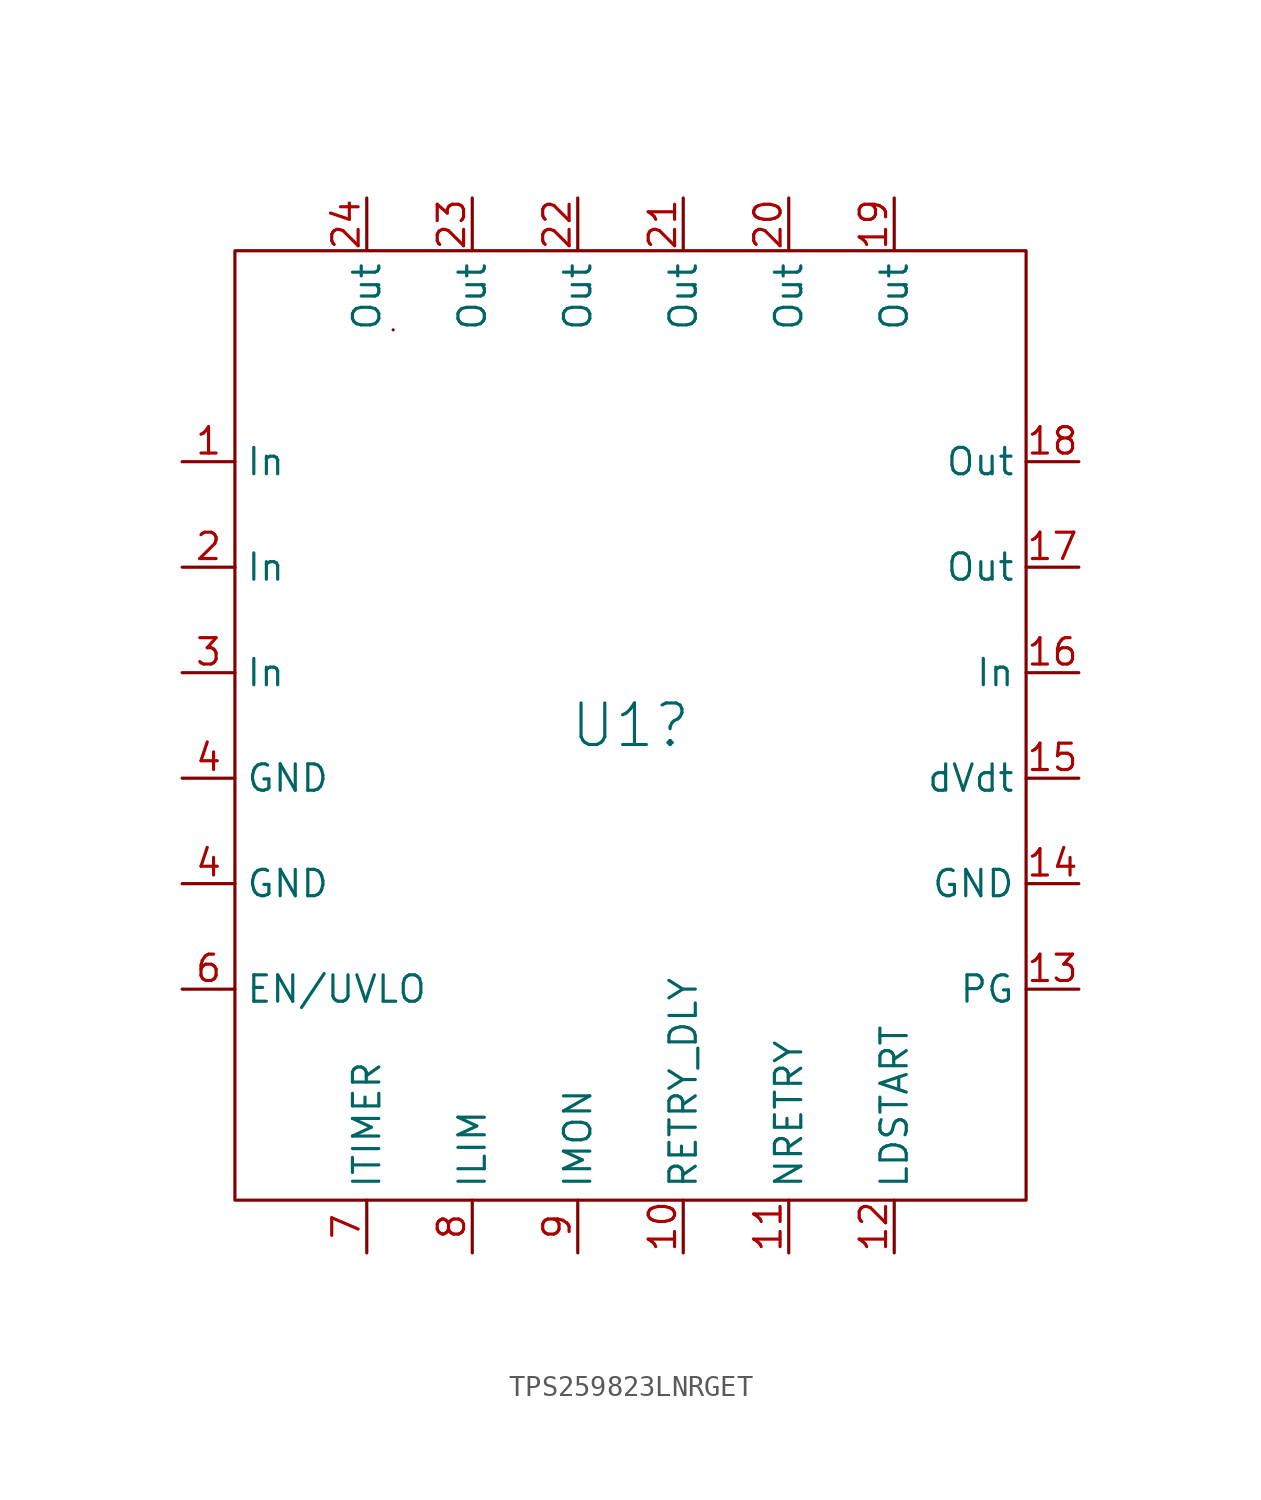
<source format=kicad_sym>
(kicad_symbol_lib
  (version 20220914)
  (generator kicad_symbol_editor)
  (symbol "TPS259823LNRGET"
    (property "Reference" "U1"
      (at 60.96 -39.37 0)
      (effects (font (size 2 2))))
    (property "Value" ""
      (at 41.91 -16.51 0)
      (effects (font (size 1.27 1.27))))
    (symbol "TPS259823LNRGET_0_1"
      (rectangle (start 41.91 -16.51) (end 80.01 -62.23) (stroke (width 0) (type default)) (fill (type none)))
      (rectangle (start 49.53 -20.32) (end 49.53 -20.32) (stroke (width 0) (type default)) (fill (type none))))
    (symbol "TPS259823LNRGET_1_1"
      (pin power_in line (at 39.37 -26.67 0) (length 2.54) (name "In" (effects (font (size 1.27 1.27)))) (number "1" (effects (font (size 1.27 1.27)))))
      (pin output line (at 63.5 -64.77 90) (length 2.54) (name "RETRY_DLY" (effects (font (size 1.27 1.27)))) (number "10" (effects (font (size 1.27 1.27)))))
      (pin output line (at 68.58 -64.77 90) (length 2.54) (name "NRETRY" (effects (font (size 1.27 1.27)))) (number "11" (effects (font (size 1.27 1.27)))))
      (pin input line (at 73.66 -64.77 90) (length 2.54) (name "LDSTART" (effects (font (size 1.27 1.27)))) (number "12" (effects (font (size 1.27 1.27)))))
      (pin output line (at 82.55 -52.07 180) (length 2.54) (name "PG" (effects (font (size 1.27 1.27)))) (number "13" (effects (font (size 1.27 1.27)))))
      (pin power_in line (at 82.55 -46.99 180) (length 2.54) (name "GND" (effects (font (size 1.27 1.27)))) (number "14" (effects (font (size 1.27 1.27)))))
      (pin output line (at 82.55 -41.91 180) (length 2.54) (name "dVdt" (effects (font (size 1.27 1.27)))) (number "15" (effects (font (size 1.27 1.27)))))
      (pin power_in line (at 82.55 -36.83 180) (length 2.54) (name "In" (effects (font (size 1.27 1.27)))) (number "16" (effects (font (size 1.27 1.27)))))
      (pin power_out line (at 82.55 -31.75 180) (length 2.54) (name "Out" (effects (font (size 1.27 1.27)))) (number "17" (effects (font (size 1.27 1.27)))))
      (pin power_out line (at 82.55 -26.67 180) (length 2.54) (name "Out" (effects (font (size 1.27 1.27)))) (number "18" (effects (font (size 1.27 1.27)))))
      (pin power_out line (at 73.66 -13.97 270) (length 2.54) (name "Out" (effects (font (size 1.27 1.27)))) (number "19" (effects (font (size 1.27 1.27)))))
      (pin power_in line (at 39.37 -31.75 0) (length 2.54) (name "In" (effects (font (size 1.27 1.27)))) (number "2" (effects (font (size 1.27 1.27)))))
      (pin power_out line (at 68.58 -13.97 270) (length 2.54) (name "Out" (effects (font (size 1.27 1.27)))) (number "20" (effects (font (size 1.27 1.27)))))
      (pin power_out line (at 63.5 -13.97 270) (length 2.54) (name "Out" (effects (font (size 1.27 1.27)))) (number "21" (effects (font (size 1.27 1.27)))))
      (pin power_out line (at 58.42 -13.97 270) (length 2.54) (name "Out" (effects (font (size 1.27 1.27)))) (number "22" (effects (font (size 1.27 1.27)))))
      (pin power_out line (at 53.34 -13.97 270) (length 2.54) (name "Out" (effects (font (size 1.27 1.27)))) (number "23" (effects (font (size 1.27 1.27)))))
      (pin power_out line (at 48.26 -13.97 270) (length 2.54) (name "Out" (effects (font (size 1.27 1.27)))) (number "24" (effects (font (size 1.27 1.27)))))
      (pin power_in line (at 39.37 -36.83 0) (length 2.54) (name "In" (effects (font (size 1.27 1.27)))) (number "3" (effects (font (size 1.27 1.27)))))
      (pin power_in line (at 39.37 -46.99 0) (length 2.54) (name "GND" (effects (font (size 1.27 1.27)))) (number "4" (effects (font (size 1.27 1.27)))))
      (pin power_in line (at 39.37 -41.91 0) (length 2.54) (name "GND" (effects (font (size 1.27 1.27)))) (number "4" (effects (font (size 1.27 1.27)))))
      (pin power_in line (at 39.37 -52.07 0) (length 2.54) (name "EN/UVLO" (effects (font (size 1.27 1.27)))) (number "6" (effects (font (size 1.27 1.27)))))
      (pin output line (at 48.26 -64.77 90) (length 2.54) (name "ITIMER" (effects (font (size 1.27 1.27)))) (number "7" (effects (font (size 1.27 1.27)))))
      (pin output line (at 53.34 -64.77 90) (length 2.54) (name "ILIM" (effects (font (size 1.27 1.27)))) (number "8" (effects (font (size 1.27 1.27)))))
      (pin output line (at 58.42 -64.77 90) (length 2.54) (name "IMON" (effects (font (size 1.27 1.27)))) (number "9" (effects (font (size 1.27 1.27))))))))
</source>
